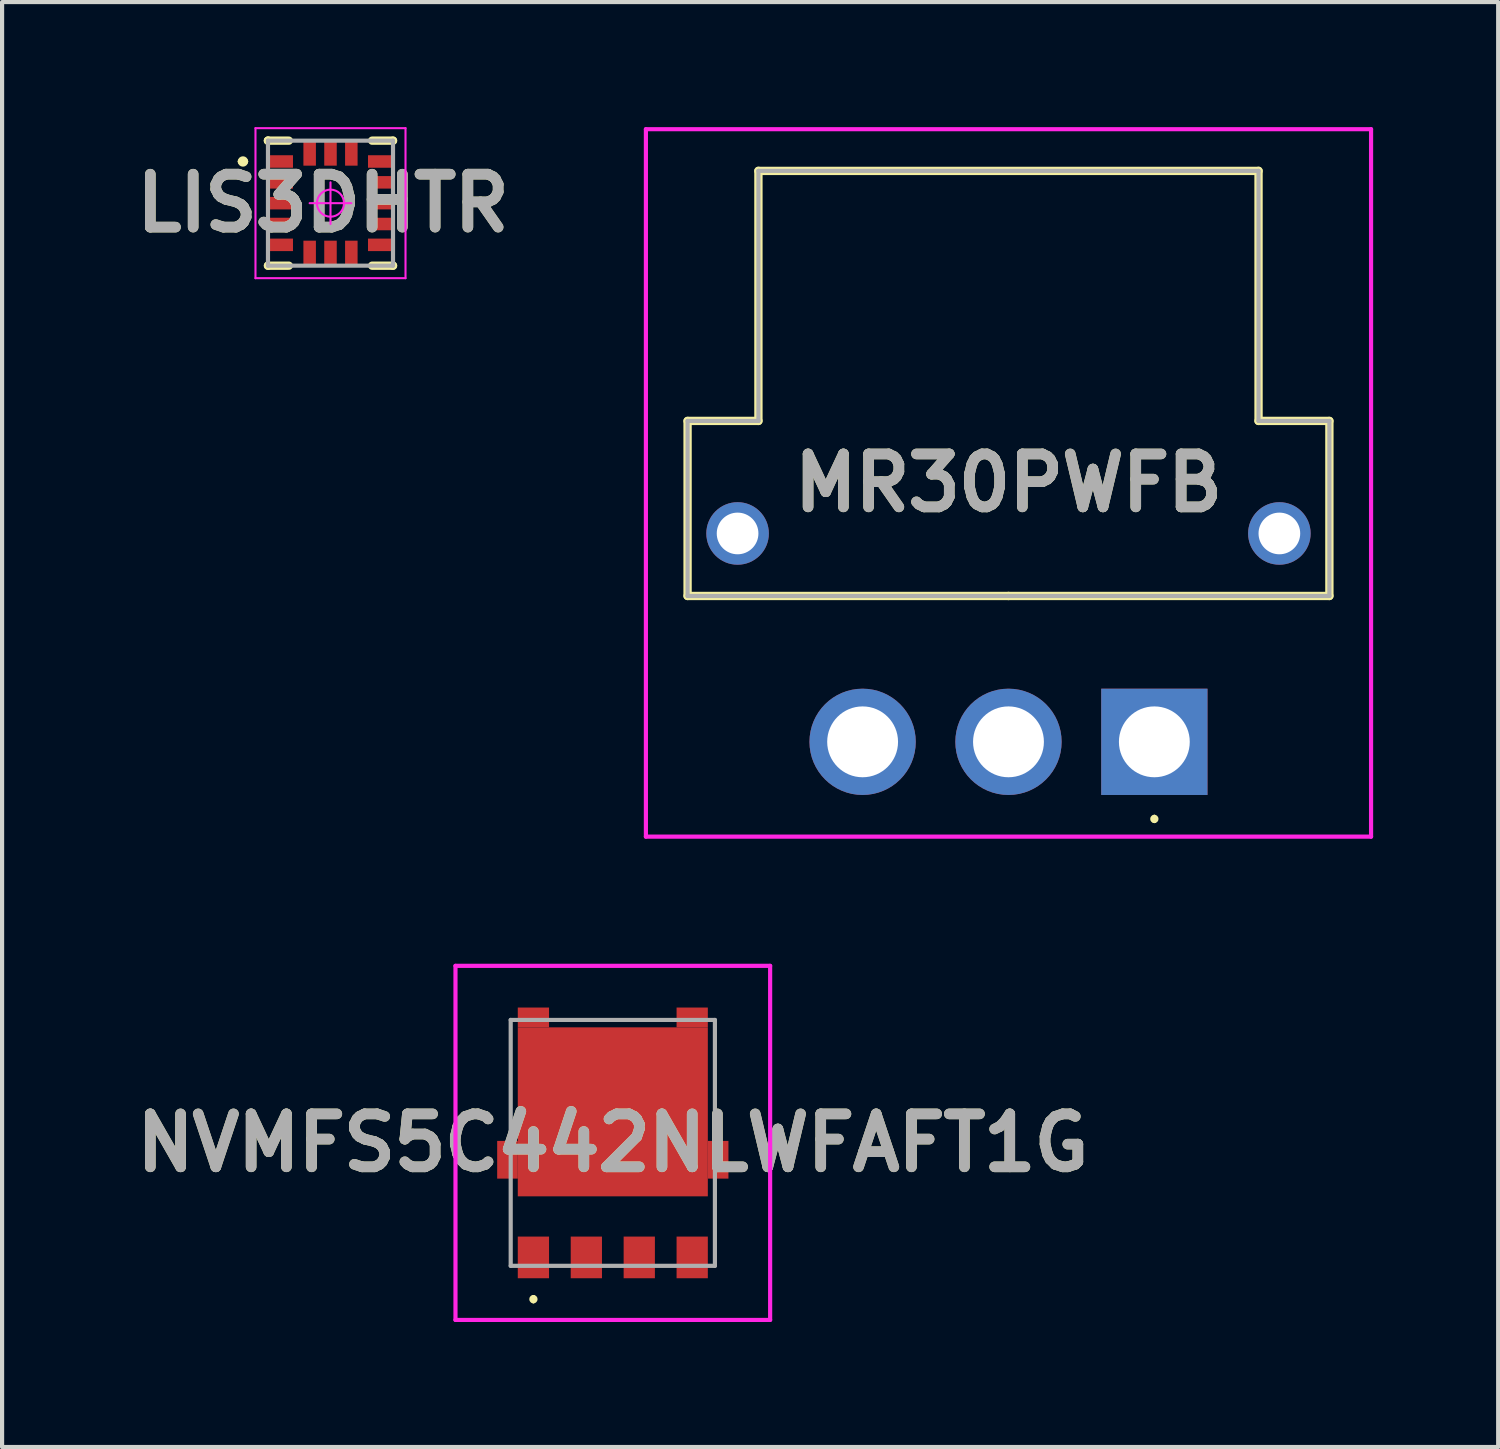
<source format=kicad_pcb>
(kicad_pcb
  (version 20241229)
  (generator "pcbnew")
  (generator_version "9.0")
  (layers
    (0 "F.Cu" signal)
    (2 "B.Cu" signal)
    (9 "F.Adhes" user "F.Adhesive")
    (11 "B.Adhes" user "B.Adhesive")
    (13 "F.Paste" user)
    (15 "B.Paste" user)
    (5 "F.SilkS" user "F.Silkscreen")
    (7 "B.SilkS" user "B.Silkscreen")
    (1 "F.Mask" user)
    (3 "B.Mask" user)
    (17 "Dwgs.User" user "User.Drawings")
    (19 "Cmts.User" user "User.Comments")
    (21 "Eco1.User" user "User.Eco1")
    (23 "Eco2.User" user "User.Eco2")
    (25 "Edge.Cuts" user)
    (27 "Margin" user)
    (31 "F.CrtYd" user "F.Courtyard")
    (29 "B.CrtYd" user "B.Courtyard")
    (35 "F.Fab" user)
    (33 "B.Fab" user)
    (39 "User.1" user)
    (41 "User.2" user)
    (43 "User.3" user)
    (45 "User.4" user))
  (footprint "MR30PWFB"
    (layer "F.Cu")
    (at 24.648 14.75)
    (property "Reference" "MR30PWFB" (at -3.5 -6.212 0) (layer "F.SilkS") (effects (font (size 1.27 1.27) (thickness 0.254))))
    (attr through_hole)
    (fp_line (start -11.2 -7.7) (end -9.5 -7.7) (stroke (width 0.2) (type solid)) (layer "F.SilkS"))
    (fp_line (start -11.2 -3.5) (end -11.2 -7.7) (stroke (width 0.2) (type solid)) (layer "F.SilkS"))
    (fp_line (start -9.5 -13.7) (end 2.5 -13.7) (stroke (width 0.2) (type solid)) (layer "F.SilkS"))
    (fp_line (start -9.5 -7.7) (end -9.5 -13.7) (stroke (width 0.2) (type solid)) (layer "F.SilkS"))
    (fp_line (start -3.5 -3.5) (end -11.2 -3.5) (stroke (width 0.2) (type solid)) (layer "F.SilkS"))
    (fp_line (start 0 1.8) (end 0 1.8) (stroke (width 0.1) (type solid)) (layer "F.SilkS"))
    (fp_line (start 0 1.9) (end 0 1.9) (stroke (width 0.1) (type solid)) (layer "F.SilkS"))
    (fp_line (start 2.5 -13.7) (end 2.5 -7.7) (stroke (width 0.2) (type solid)) (layer "F.SilkS"))
    (fp_line (start 2.5 -7.7) (end 4.2 -7.7) (stroke (width 0.2) (type solid)) (layer "F.SilkS"))
    (fp_line (start 4.2 -7.7) (end 4.2 -3.5) (stroke (width 0.2) (type solid)) (layer "F.SilkS"))
    (fp_line (start 4.2 -3.5) (end -3.5 -3.5) (stroke (width 0.2) (type solid)) (layer "F.SilkS"))
    (fp_arc (start 0 1.8) (mid 0.05 1.85) (end 0 1.9) (stroke (width 0.1) (type solid)) (layer "F.SilkS"))
    (fp_arc (start 0 1.9) (mid -0.05 1.85) (end 0 1.8) (stroke (width 0.1) (type solid)) (layer "F.SilkS"))
    (fp_line (start -12.2 -14.7) (end -12.2 2.275) (stroke (width 0.1) (type solid)) (layer "F.CrtYd"))
    (fp_line (start -12.2 2.275) (end 5.2 2.275) (stroke (width 0.1) (type solid)) (layer "F.CrtYd"))
    (fp_line (start 5.2 -14.7) (end -12.2 -14.7) (stroke (width 0.1) (type solid)) (layer "F.CrtYd"))
    (fp_line (start 5.2 2.275) (end 5.2 -14.7) (stroke (width 0.1) (type solid)) (layer "F.CrtYd"))
    (fp_line (start -11.2 -7.7) (end -9.5 -7.7) (stroke (width 0.1) (type solid)) (layer "F.Fab"))
    (fp_line (start -11.2 -3.5) (end -11.2 -7.7) (stroke (width 0.1) (type solid)) (layer "F.Fab"))
    (fp_line (start -9.5 -13.7) (end 2.5 -13.7) (stroke (width 0.1) (type solid)) (layer "F.Fab"))
    (fp_line (start -9.5 -7.7) (end -9.5 -13.7) (stroke (width 0.1) (type solid)) (layer "F.Fab"))
    (fp_line (start -9.5 -7.7) (end -9.5 -7.7) (stroke (width 0.1) (type solid)) (layer "F.Fab"))
    (fp_line (start -3.5 -3.5) (end -11.2 -3.5) (stroke (width 0.1) (type solid)) (layer "F.Fab"))
    (fp_line (start 2.5 -13.7) (end 2.5 -7.7) (stroke (width 0.1) (type solid)) (layer "F.Fab"))
    (fp_line (start 2.5 -7.7) (end 4.2 -7.7) (stroke (width 0.1) (type solid)) (layer "F.Fab"))
    (fp_line (start 4.2 -7.7) (end 4.2 -3.5) (stroke (width 0.1) (type solid)) (layer "F.Fab"))
    (fp_line (start 4.2 -3.5) (end -3.5 -3.5) (stroke (width 0.1) (type solid)) (layer "F.Fab"))
    (fp_text user "${REFERENCE}" (at -3.5 -6.212 0) (layer "F.Fab") (effects (font (size 1.27 1.27) (thickness 0.254))))
    (pad "1" thru_hole rect (at 0 0) (size 2.55 2.55) (drill 1.7) (layers "*.Cu" "*.Mask"))
    (pad "2" thru_hole circle (at -3.5 0) (size 2.55 2.55) (drill 1.7) (layers "*.Cu" "*.Mask"))
    (pad "3" thru_hole circle (at -7 0) (size 2.55 2.55) (drill 1.7) (layers "*.Cu" "*.Mask"))
    (pad "4" thru_hole circle (at 3 -5) (size 1.5 1.5) (drill 1) (layers "*.Cu" "*.Mask"))
    (pad "5" thru_hole circle (at -10 -5) (size 1.5 1.5) (drill 1) (layers "*.Cu" "*.Mask")))
  (footprint "NVMFS5C442NLWFAFT1G"
    (layer "F.Cu")
    (at 11.654 24.373)
    (property "Reference" "NVMFS5C442NLWFAFT1G" (at 0 0 0) (layer "F.SilkS") (effects (font (size 1.27 1.27) (thickness 0.254))))
    (attr smd)
    (fp_line (start -1.905 3.7) (end -1.905 3.7) (stroke (width 0.1) (type solid)) (layer "F.SilkS"))
    (fp_line (start -1.905 3.8) (end -1.905 3.8) (stroke (width 0.1) (type solid)) (layer "F.SilkS"))
    (fp_arc (start -1.905 3.7) (mid -1.855 3.75) (end -1.905 3.8) (stroke (width 0.1) (type solid)) (layer "F.SilkS"))
    (fp_arc (start -1.905 3.8) (mid -1.955 3.75) (end -1.905 3.7) (stroke (width 0.1) (type solid)) (layer "F.SilkS"))
    (fp_line (start -3.775 -4.248) (end 3.775 -4.248) (stroke (width 0.1) (type solid)) (layer "F.CrtYd"))
    (fp_line (start -3.775 4.248) (end -3.775 -4.248) (stroke (width 0.1) (type solid)) (layer "F.CrtYd"))
    (fp_line (start 3.775 -4.248) (end 3.775 4.248) (stroke (width 0.1) (type solid)) (layer "F.CrtYd"))
    (fp_line (start 3.775 4.248) (end -3.775 4.248) (stroke (width 0.1) (type solid)) (layer "F.CrtYd"))
    (fp_line (start -2.45 -2.95) (end 2.45 -2.95) (stroke (width 0.1) (type solid)) (layer "F.Fab"))
    (fp_line (start -2.45 2.95) (end -2.45 -2.95) (stroke (width 0.1) (type solid)) (layer "F.Fab"))
    (fp_line (start 2.45 -2.95) (end 2.45 2.95) (stroke (width 0.1) (type solid)) (layer "F.Fab"))
    (fp_line (start 2.45 2.95) (end -2.45 2.95) (stroke (width 0.1) (type solid)) (layer "F.Fab"))
    (fp_text user "${REFERENCE}" (at 0 0 0) (layer "F.Fab") (effects (font (size 1.27 1.27) (thickness 0.254))))
    (pad "1" smd rect (at -1.905 2.748) (size 0.75 1) (layers "F.Cu" "F.Mask" "F.Paste"))
    (pad "2" smd rect (at -0.635 2.748) (size 0.75 1) (layers "F.Cu" "F.Mask" "F.Paste"))
    (pad "3" smd rect (at 0.635 2.748) (size 0.75 1) (layers "F.Cu" "F.Mask" "F.Paste"))
    (pad "4" smd rect (at 1.905 2.748) (size 0.75 1) (layers "F.Cu" "F.Mask" "F.Paste"))
    (pad "5" smd rect (at 0 -0.745 90) (size 4.055 4.56) (layers "F.Cu" "F.Mask" "F.Paste"))
    (pad "6" smd rect (at 2.527 0.405) (size 0.495 0.905) (layers "F.Cu" "F.Mask" "F.Paste"))
    (pad "7" smd rect (at -2.527 0.405) (size 0.495 0.905) (layers "F.Cu" "F.Mask" "F.Paste"))
    (pad "8" smd rect (at 1.905 -3.01 90) (size 0.475 0.75) (layers "F.Cu" "F.Mask" "F.Paste"))
    (pad "9" smd rect (at -1.905 -3.01 90) (size 0.475 0.75) (layers "F.Cu" "F.Mask" "F.Paste")))
  (footprint "LIS3DHTR"
    (layer "F.Cu")
    (at 4.88 1.825)
    (property "Reference" "LIS3DHTR" (at -0.181 0 0) (layer "F.SilkS") (effects (font (size 1.27 1.27) (thickness 0.254))))
    (attr smd)
    (fp_line (start -2.163 -1) (end -2.163 -1) (stroke (width 0.125) (type solid)) (layer "F.SilkS"))
    (fp_line (start -2.038 -1) (end -2.038 -1) (stroke (width 0.125) (type solid)) (layer "F.SilkS"))
    (fp_line (start -1.5 -1.5) (end -1.5 -1.5) (stroke (width 0.2) (type solid)) (layer "F.SilkS"))
    (fp_line (start -1.5 -1.5) (end -1.5 -1.5) (stroke (width 0.2) (type solid)) (layer "F.SilkS"))
    (fp_line (start -1.5 -1.5) (end -1 -1.5) (stroke (width 0.2) (type solid)) (layer "F.SilkS"))
    (fp_line (start -1.5 1.5) (end -1.5 1.5) (stroke (width 0.2) (type solid)) (layer "F.SilkS"))
    (fp_line (start -1.5 1.5) (end -1 1.5) (stroke (width 0.2) (type solid)) (layer "F.SilkS"))
    (fp_line (start 1.5 -1.5) (end 1 -1.5) (stroke (width 0.2) (type solid)) (layer "F.SilkS"))
    (fp_line (start 1.5 -1.5) (end 1.5 -1.5) (stroke (width 0.2) (type solid)) (layer "F.SilkS"))
    (fp_line (start 1.5 1.5) (end 1 1.5) (stroke (width 0.2) (type solid)) (layer "F.SilkS"))
    (fp_line (start 1.5 1.5) (end 1.5 1.5) (stroke (width 0.2) (type solid)) (layer "F.SilkS"))
    (fp_arc (start -2.163 -1.001) (mid -2.1 -1.063) (end -2.038 -1) (stroke (width 0.125) (type solid)) (layer "F.SilkS"))
    (fp_arc (start -2.038 -1.001) (mid -2.1 -0.938) (end -2.163 -1) (stroke (width 0.125) (type solid)) (layer "F.SilkS"))
    (fp_line (start -1.8 -1.8) (end -1.8 1.8) (stroke (width 0.05) (type solid)) (layer "F.CrtYd"))
    (fp_line (start -1.8 1.8) (end 1.8 1.8) (stroke (width 0.05) (type solid)) (layer "F.CrtYd"))
    (fp_line (start -1.55 -1.55) (end -1.55 1.55) (stroke (width 0.001) (type solid)) (layer "F.CrtYd"))
    (fp_line (start -1.55 1.55) (end 1.55 1.55) (stroke (width 0.001) (type solid)) (layer "F.CrtYd"))
    (fp_line (start -0.5 0) (end 0.5 0) (stroke (width 0.05) (type solid)) (layer "F.CrtYd"))
    (fp_line (start -0.325 0) (end -0.325 0) (stroke (width 0.05) (type solid)) (layer "F.CrtYd"))
    (fp_line (start 0 0.5) (end 0 -0.5) (stroke (width 0.05) (type solid)) (layer "F.CrtYd"))
    (fp_line (start 0.325 0) (end 0.325 0) (stroke (width 0.05) (type solid)) (layer "F.CrtYd"))
    (fp_line (start 1.55 -1.55) (end -1.55 -1.55) (stroke (width 0.001) (type solid)) (layer "F.CrtYd"))
    (fp_line (start 1.55 1.55) (end 1.55 -1.55) (stroke (width 0.001) (type solid)) (layer "F.CrtYd"))
    (fp_line (start 1.8 -1.8) (end -1.8 -1.8) (stroke (width 0.05) (type solid)) (layer "F.CrtYd"))
    (fp_line (start 1.8 1.8) (end 1.8 -1.8) (stroke (width 0.05) (type solid)) (layer "F.CrtYd"))
    (fp_arc (start -0.325 0) (mid 0 -0.325) (end 0.325 0) (stroke (width 0.05) (type solid)) (layer "F.CrtYd"))
    (fp_arc (start 0.325 0) (mid 0 0.325) (end -0.325 0) (stroke (width 0.05) (type solid)) (layer "F.CrtYd"))
    (fp_line (start -1.5 -1.5) (end -1.5 1.5) (stroke (width 0.1) (type solid)) (layer "F.Fab"))
    (fp_line (start -1.5 1.5) (end 1.5 1.5) (stroke (width 0.1) (type solid)) (layer "F.Fab"))
    (fp_line (start 1.5 -1.5) (end -1.5 -1.5) (stroke (width 0.1) (type solid)) (layer "F.Fab"))
    (fp_line (start 1.5 1.5) (end 1.5 -1.5) (stroke (width 0.1) (type solid)) (layer "F.Fab"))
    (fp_text user "${REFERENCE}" (at -0.181 0 0) (layer "F.Fab") (effects (font (size 1.27 1.27) (thickness 0.254))))
    (pad "1" smd rect (at -1.2 -1 90) (size 0.3 0.6) (layers "F.Cu" "F.Mask" "F.Paste"))
    (pad "2" smd rect (at -1.2 -0.5 90) (size 0.3 0.6) (layers "F.Cu" "F.Mask" "F.Paste"))
    (pad "3" smd rect (at -1.2 0 90) (size 0.3 0.6) (layers "F.Cu" "F.Mask" "F.Paste"))
    (pad "4" smd rect (at -1.2 0.5 90) (size 0.3 0.6) (layers "F.Cu" "F.Mask" "F.Paste"))
    (pad "5" smd rect (at -1.2 1 90) (size 0.3 0.6) (layers "F.Cu" "F.Mask" "F.Paste"))
    (pad "6" smd rect (at -0.5 1.2) (size 0.3 0.6) (layers "F.Cu" "F.Mask" "F.Paste"))
    (pad "7" smd rect (at 0 1.2) (size 0.3 0.6) (layers "F.Cu" "F.Mask" "F.Paste"))
    (pad "8" smd rect (at 0.5 1.2) (size 0.3 0.6) (layers "F.Cu" "F.Mask" "F.Paste"))
    (pad "9" smd rect (at 1.2 1 90) (size 0.3 0.6) (layers "F.Cu" "F.Mask" "F.Paste"))
    (pad "10" smd rect (at 1.2 0.5 90) (size 0.3 0.6) (layers "F.Cu" "F.Mask" "F.Paste"))
    (pad "11" smd rect (at 1.2 0 90) (size 0.3 0.6) (layers "F.Cu" "F.Mask" "F.Paste"))
    (pad "12" smd rect (at 1.2 -0.5 90) (size 0.3 0.6) (layers "F.Cu" "F.Mask" "F.Paste"))
    (pad "13" smd rect (at 1.2 -1 90) (size 0.3 0.6) (layers "F.Cu" "F.Mask" "F.Paste"))
    (pad "14" smd rect (at 0.5 -1.2) (size 0.3 0.6) (layers "F.Cu" "F.Mask" "F.Paste"))
    (pad "15" smd rect (at 0 -1.2) (size 0.3 0.6) (layers "F.Cu" "F.Mask" "F.Paste"))
    (pad "16" smd rect (at -0.5 -1.2) (size 0.3 0.6) (layers "F.Cu" "F.Mask" "F.Paste")))
  (gr_rect
    (start -3 -3)
    (end 32.898 31.671)
    (stroke (width 0.1) (type default))
    (fill no)
    (layer "Edge.Cuts")))
</source>
